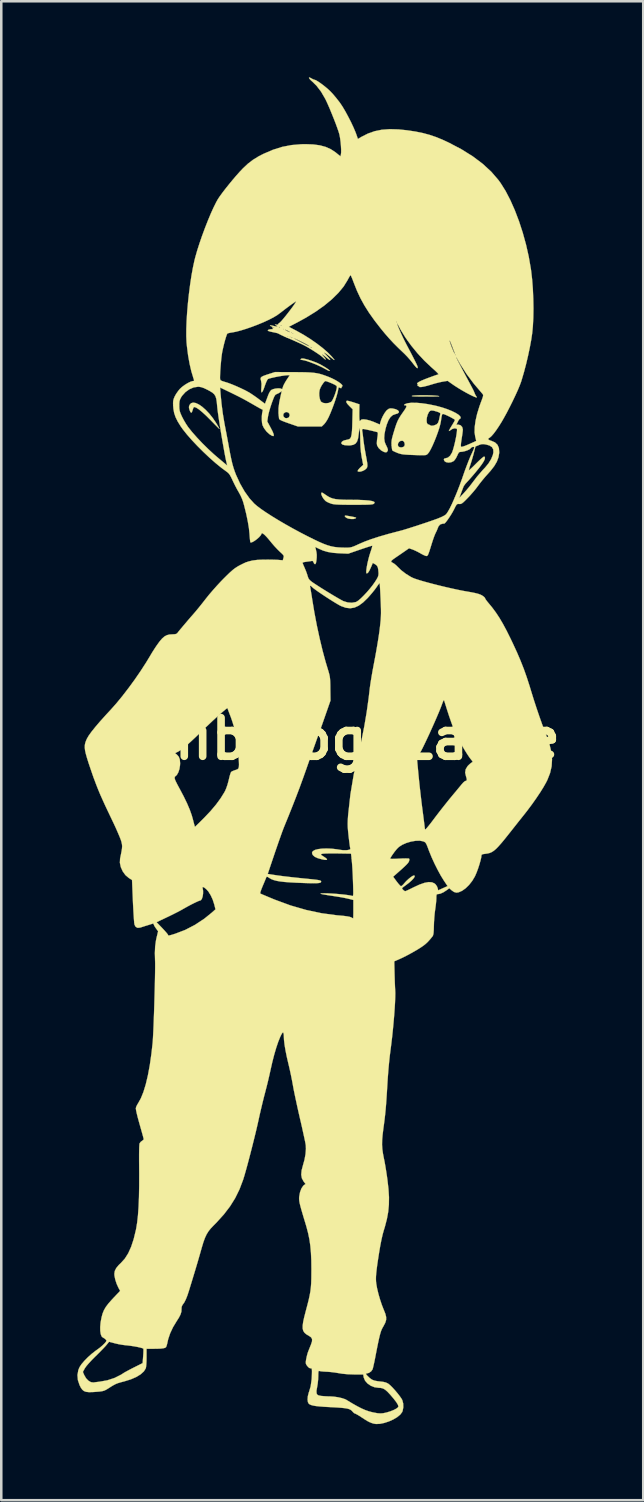
<source format=kicad_pcb>
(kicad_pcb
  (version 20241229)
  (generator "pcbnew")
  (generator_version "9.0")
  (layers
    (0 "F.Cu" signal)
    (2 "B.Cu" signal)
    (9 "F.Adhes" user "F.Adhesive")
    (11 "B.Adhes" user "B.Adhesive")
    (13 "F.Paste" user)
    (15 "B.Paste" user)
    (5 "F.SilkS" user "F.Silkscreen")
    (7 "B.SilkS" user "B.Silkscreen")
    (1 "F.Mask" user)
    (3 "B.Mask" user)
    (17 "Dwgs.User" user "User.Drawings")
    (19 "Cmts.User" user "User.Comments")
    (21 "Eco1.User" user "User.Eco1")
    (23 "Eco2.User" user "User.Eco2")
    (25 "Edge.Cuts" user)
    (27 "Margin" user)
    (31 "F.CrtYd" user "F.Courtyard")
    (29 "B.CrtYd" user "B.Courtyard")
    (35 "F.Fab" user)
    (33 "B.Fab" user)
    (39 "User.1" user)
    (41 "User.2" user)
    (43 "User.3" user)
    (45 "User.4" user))
  (footprint "ChibiLogoLarge"
    (layer "F.Cu")
    (at 10.35 26.089)
    (property "Reference" "ChibiLogoLarge" (at 0 0 0) (layer "F.SilkS") (effects (font (size 1.524 1.524) (thickness 0.3))))
    (attr through_hole)
    (fp_poly (pts (xy 0.266 -8.8) (xy 0.347 -8.787) (xy 0.443 -8.77) (xy 0.535 -8.752) (xy 0.602 -8.737) (xy 0.62 -8.732) (xy 0.647 -8.716) (xy 0.624 -8.694) (xy 0.62 -8.691) (xy 0.549 -8.67) (xy 0.45 -8.668) (xy 0.347 -8.683) (xy 0.275 -8.709) (xy 0.221 -8.748) (xy 0.197 -8.784) (xy 0.21 -8.804) (xy 0.221 -8.805) (xy 0.266 -8.8)) (stroke (width 0.01) (type solid)) (fill yes) (layer "F.SilkS"))
    (fp_poly (pts (xy 3.456 -13.549) (xy 3.614 -13.544) (xy 3.756 -13.536) (xy 3.869 -13.525) (xy 3.881 -13.523) (xy 3.921 -13.516) (xy 3.918 -13.509) (xy 3.869 -13.505) (xy 3.771 -13.501) (xy 3.622 -13.499) (xy 3.418 -13.498) (xy 3.415 -13.498) (xy 3.2 -13.499) (xy 3.039 -13.501) (xy 2.927 -13.505) (xy 2.862 -13.511) (xy 2.841 -13.519) (xy 2.85 -13.526) (xy 2.907 -13.537) (xy 3.008 -13.544) (xy 3.141 -13.549) (xy 3.295 -13.55) (xy 3.456 -13.549)) (stroke (width 0.01) (type solid)) (fill yes) (layer "F.SilkS"))
    (fp_poly (pts (xy -1.443 -14.999) (xy -1.346 -14.979) (xy -1.219 -14.944) (xy -1.075 -14.896) (xy -0.925 -14.839) (xy -0.891 -14.825) (xy -0.807 -14.785) (xy -0.708 -14.732) (xy -0.605 -14.672) (xy -0.512 -14.613) (xy -0.439 -14.562) (xy -0.399 -14.527) (xy -0.395 -14.519) (xy -0.406 -14.508) (xy -0.442 -14.519) (xy -0.512 -14.554) (xy -0.605 -14.605) (xy -0.72 -14.665) (xy -0.858 -14.729) (xy -1.008 -14.792) (xy -1.156 -14.849) (xy -1.29 -14.896) (xy -1.397 -14.927) (xy -1.46 -14.938) (xy -1.529 -14.948) (xy -1.55 -14.967) (xy -1.52 -14.991) (xy -1.5 -14.999) (xy -1.443 -14.999)) (stroke (width 0.01) (type solid)) (fill yes) (layer "F.SilkS"))
    (fp_poly (pts (xy -5.678 -13.243) (xy -5.558 -13.187) (xy -5.426 -13.096) (xy -5.287 -12.973) (xy -5.144 -12.822) (xy -5.003 -12.645) (xy -4.869 -12.445) (xy -4.814 -12.354) (xy -4.773 -12.281) (xy -4.749 -12.232) (xy -4.746 -12.22) (xy -4.768 -12.24) (xy -4.822 -12.293) (xy -4.903 -12.374) (xy -5.004 -12.477) (xy -5.108 -12.583) (xy -5.275 -12.749) (xy -5.423 -12.884) (xy -5.549 -12.988) (xy -5.65 -13.055) (xy -5.722 -13.085) (xy -5.757 -13.078) (xy -5.78 -13.035) (xy -5.804 -12.964) (xy -5.806 -12.954) (xy -5.833 -12.88) (xy -5.862 -12.861) (xy -5.895 -12.899) (xy -5.924 -12.97) (xy -5.947 -13.051) (xy -5.945 -13.111) (xy -5.924 -13.167) (xy -5.865 -13.236) (xy -5.782 -13.26) (xy -5.678 -13.243)) (stroke (width 0.01) (type solid)) (fill yes) (layer "F.SilkS"))
    (fp_poly (pts (xy -0.656 -9.689) (xy -0.58 -9.638) (xy -0.557 -9.621) (xy -0.463 -9.56) (xy -0.372 -9.512) (xy -0.275 -9.477) (xy -0.161 -9.453) (xy -0.021 -9.438) (xy 0.153 -9.429) (xy 0.373 -9.426) (xy 0.437 -9.426) (xy 0.731 -9.423) (xy 0.968 -9.413) (xy 1.151 -9.398) (xy 1.28 -9.376) (xy 1.355 -9.348) (xy 1.377 -9.314) (xy 1.348 -9.273) (xy 1.342 -9.269) (xy 1.315 -9.256) (xy 1.269 -9.247) (xy 1.197 -9.239) (xy 1.092 -9.234) (xy 0.95 -9.231) (xy 0.763 -9.23) (xy 0.538 -9.23) (xy 0.305 -9.23) (xy 0.121 -9.232) (xy -0.022 -9.236) (xy -0.131 -9.241) (xy -0.214 -9.249) (xy -0.28 -9.259) (xy -0.334 -9.273) (xy -0.36 -9.282) (xy -0.455 -9.32) (xy -0.535 -9.363) (xy -0.565 -9.385) (xy -0.635 -9.463) (xy -0.692 -9.553) (xy -0.725 -9.636) (xy -0.729 -9.68) (xy -0.72 -9.707) (xy -0.699 -9.711) (xy -0.656 -9.689)) (stroke (width 0.01) (type solid)) (fill yes) (layer "F.SilkS"))
    (fp_poly (pts (xy 0.314 -13.331) (xy 0.389 -13.314) (xy 0.491 -13.285) (xy 0.539 -13.27) (xy 0.776 -13.192) (xy 0.77 -12.862) (xy 0.77 -12.732) (xy 0.773 -12.627) (xy 0.78 -12.556) (xy 0.789 -12.531) (xy 0.819 -12.553) (xy 0.826 -12.566) (xy 0.863 -12.594) (xy 0.941 -12.601) (xy 1.051 -12.588) (xy 1.181 -12.555) (xy 1.321 -12.506) (xy 1.348 -12.495) (xy 1.581 -12.395) (xy 1.599 -12.47) (xy 1.639 -12.593) (xy 1.698 -12.724) (xy 1.768 -12.846) (xy 1.837 -12.939) (xy 1.864 -12.965) (xy 1.933 -13.015) (xy 1.995 -13.033) (xy 2.08 -13.028) (xy 2.085 -13.027) (xy 2.205 -13) (xy 2.288 -12.96) (xy 2.331 -12.915) (xy 2.33 -12.869) (xy 2.282 -12.83) (xy 2.201 -12.807) (xy 2.094 -12.768) (xy 2.002 -12.69) (xy 1.923 -12.567) (xy 1.854 -12.396) (xy 1.805 -12.226) (xy 1.764 -12.02) (xy 1.753 -11.851) (xy 1.773 -11.71) (xy 1.808 -11.619) (xy 1.861 -11.51) (xy 1.89 -11.438) (xy 1.899 -11.391) (xy 1.889 -11.356) (xy 1.876 -11.334) (xy 1.842 -11.302) (xy 1.797 -11.3) (xy 1.742 -11.315) (xy 1.632 -11.375) (xy 1.534 -11.468) (xy 1.473 -11.571) (xy 1.462 -11.652) (xy 1.47 -11.781) (xy 1.482 -11.863) (xy 1.498 -11.984) (xy 1.501 -12.057) (xy 1.491 -12.09) (xy 1.485 -12.094) (xy 1.413 -12.114) (xy 1.312 -12.139) (xy 1.198 -12.166) (xy 1.086 -12.191) (xy 0.992 -12.21) (xy 0.933 -12.22) (xy 0.924 -12.22) (xy 0.887 -12.21) (xy 0.882 -12.168) (xy 0.887 -12.143) (xy 0.897 -12.08) (xy 0.91 -11.979) (xy 0.925 -11.858) (xy 0.93 -11.811) (xy 0.946 -11.685) (xy 0.97 -11.523) (xy 1 -11.346) (xy 1.031 -11.173) (xy 1.035 -11.154) (xy 1.066 -10.986) (xy 1.086 -10.863) (xy 1.091 -10.777) (xy 1.083 -10.716) (xy 1.06 -10.672) (xy 1.021 -10.634) (xy 0.986 -10.607) (xy 0.913 -10.568) (xy 0.832 -10.542) (xy 0.761 -10.534) (xy 0.715 -10.545) (xy 0.706 -10.563) (xy 0.725 -10.605) (xy 0.776 -10.665) (xy 0.815 -10.704) (xy 0.925 -10.803) (xy 0.868 -11.095) (xy 0.836 -11.3) (xy 0.817 -11.526) (xy 0.808 -11.79) (xy 0.808 -11.818) (xy 0.806 -11.967) (xy 0.801 -12.093) (xy 0.796 -12.188) (xy 0.79 -12.24) (xy 0.786 -12.248) (xy 0.776 -12.223) (xy 0.763 -12.154) (xy 0.751 -12.056) (xy 0.748 -12.03) (xy 0.724 -11.855) (xy 0.684 -11.728) (xy 0.623 -11.644) (xy 0.534 -11.595) (xy 0.412 -11.573) (xy 0.338 -11.571) (xy 0.199 -11.58) (xy 0.107 -11.605) (xy 0.063 -11.646) (xy 0.072 -11.7) (xy 0.073 -11.702) (xy 0.122 -11.745) (xy 0.186 -11.772) (xy 0.275 -11.792) (xy 0.343 -11.808) (xy 0.388 -11.826) (xy 0.424 -11.863) (xy 0.45 -11.925) (xy 0.469 -12.018) (xy 0.483 -12.149) (xy 0.492 -12.325) (xy 0.497 -12.503) (xy 0.509 -12.998) (xy 0.381 -13.123) (xy 0.298 -13.213) (xy 0.259 -13.276) (xy 0.262 -13.318) (xy 0.278 -13.332) (xy 0.314 -13.331)) (stroke (width 0.01) (type solid)) (fill yes) (layer "F.SilkS"))
    (fp_poly (pts (xy -1.139 -26.059) (xy -1.122 -26.049) (xy -1.053 -26.012) (xy -1 -25.993) (xy -0.994 -25.993) (xy -0.942 -25.975) (xy -0.86 -25.927) (xy -0.755 -25.856) (xy -0.64 -25.77) (xy -0.524 -25.676) (xy -0.418 -25.582) (xy -0.355 -25.521) (xy -0.254 -25.411) (xy -0.14 -25.275) (xy -0.031 -25.137) (xy 0.015 -25.075) (xy 0.112 -24.93) (xy 0.22 -24.747) (xy 0.332 -24.54) (xy 0.442 -24.326) (xy 0.539 -24.119) (xy 0.618 -23.934) (xy 0.652 -23.845) (xy 0.716 -23.658) (xy 0.859 -23.743) (xy 1.112 -23.871) (xy 1.376 -23.964) (xy 1.66 -24.022) (xy 1.971 -24.045) (xy 2.316 -24.035) (xy 2.642 -24.002) (xy 2.978 -23.952) (xy 3.275 -23.892) (xy 3.549 -23.818) (xy 3.818 -23.726) (xy 4.097 -23.609) (xy 4.304 -23.512) (xy 4.802 -23.25) (xy 5.247 -22.972) (xy 5.637 -22.678) (xy 5.974 -22.368) (xy 6.256 -22.041) (xy 6.347 -21.916) (xy 6.542 -21.604) (xy 6.729 -21.244) (xy 6.906 -20.844) (xy 7.07 -20.413) (xy 7.218 -19.959) (xy 7.347 -19.491) (xy 7.454 -19.017) (xy 7.536 -18.544) (xy 7.547 -18.471) (xy 7.587 -18.123) (xy 7.616 -17.748) (xy 7.633 -17.361) (xy 7.64 -16.974) (xy 7.634 -16.603) (xy 7.616 -16.26) (xy 7.591 -16.002) (xy 7.552 -15.737) (xy 7.496 -15.436) (xy 7.428 -15.114) (xy 7.351 -14.786) (xy 7.268 -14.47) (xy 7.183 -14.18) (xy 7.149 -14.071) (xy 7.095 -13.927) (xy 7.019 -13.746) (xy 6.924 -13.538) (xy 6.817 -13.313) (xy 6.702 -13.083) (xy 6.585 -12.857) (xy 6.47 -12.648) (xy 6.386 -12.502) (xy 6.276 -12.326) (xy 6.169 -12.168) (xy 6.071 -12.037) (xy 5.986 -11.939) (xy 5.921 -11.882) (xy 5.907 -11.874) (xy 5.857 -11.84) (xy 5.861 -11.806) (xy 5.921 -11.772) (xy 5.98 -11.752) (xy 6.124 -11.689) (xy 6.222 -11.595) (xy 6.277 -11.467) (xy 6.29 -11.303) (xy 6.289 -11.277) (xy 6.26 -11.103) (xy 6.196 -10.931) (xy 6.092 -10.754) (xy 5.943 -10.563) (xy 5.857 -10.467) (xy 5.743 -10.34) (xy 5.626 -10.2) (xy 5.521 -10.068) (xy 5.455 -9.98) (xy 5.369 -9.865) (xy 5.258 -9.731) (xy 5.138 -9.595) (xy 5.053 -9.505) (xy 4.949 -9.399) (xy 4.874 -9.328) (xy 4.82 -9.286) (xy 4.777 -9.265) (xy 4.736 -9.26) (xy 4.712 -9.262) (xy 4.664 -9.264) (xy 4.629 -9.253) (xy 4.597 -9.219) (xy 4.559 -9.153) (xy 4.513 -9.059) (xy 4.459 -8.957) (xy 4.392 -8.844) (xy 4.319 -8.731) (xy 4.249 -8.629) (xy 4.187 -8.548) (xy 4.142 -8.5) (xy 4.128 -8.491) (xy 4.085 -8.486) (xy 4.043 -8.481) (xy 3.958 -8.452) (xy 3.896 -8.38) (xy 3.864 -8.304) (xy 3.826 -8.208) (xy 3.781 -8.117) (xy 3.781 -8.116) (xy 3.753 -8.055) (xy 3.714 -7.955) (xy 3.67 -7.828) (xy 3.626 -7.691) (xy 3.574 -7.522) (xy 3.535 -7.399) (xy 3.505 -7.315) (xy 3.483 -7.261) (xy 3.463 -7.23) (xy 3.444 -7.214) (xy 3.431 -7.208) (xy 3.389 -7.214) (xy 3.314 -7.245) (xy 3.22 -7.293) (xy 3.197 -7.307) (xy 3.083 -7.37) (xy 2.966 -7.427) (xy 2.871 -7.467) (xy 2.868 -7.468) (xy 2.732 -7.514) (xy 2.559 -7.393) (xy 2.443 -7.313) (xy 2.319 -7.228) (xy 2.229 -7.167) (xy 2.118 -7.09) (xy 2.053 -7.036) (xy 2.027 -6.998) (xy 2.039 -6.97) (xy 2.083 -6.945) (xy 2.089 -6.942) (xy 2.157 -6.9) (xy 2.237 -6.832) (xy 2.28 -6.788) (xy 2.425 -6.647) (xy 2.606 -6.508) (xy 2.802 -6.387) (xy 2.865 -6.355) (xy 2.954 -6.318) (xy 3.09 -6.273) (xy 3.265 -6.22) (xy 3.47 -6.163) (xy 3.697 -6.103) (xy 3.937 -6.042) (xy 4.183 -5.983) (xy 4.425 -5.928) (xy 4.655 -5.878) (xy 4.866 -5.836) (xy 4.991 -5.814) (xy 5.19 -5.779) (xy 5.343 -5.748) (xy 5.457 -5.719) (xy 5.542 -5.689) (xy 5.605 -5.659) (xy 5.676 -5.61) (xy 5.721 -5.567) (xy 5.729 -5.549) (xy 5.747 -5.511) (xy 5.793 -5.445) (xy 5.858 -5.365) (xy 5.863 -5.359) (xy 6.014 -5.176) (xy 6.157 -4.983) (xy 6.297 -4.771) (xy 6.437 -4.533) (xy 6.583 -4.261) (xy 6.739 -3.947) (xy 6.834 -3.748) (xy 6.995 -3.398) (xy 7.133 -3.075) (xy 7.257 -2.761) (xy 7.372 -2.437) (xy 7.486 -2.085) (xy 7.548 -1.881) (xy 7.65 -1.551) (xy 7.761 -1.21) (xy 7.876 -0.872) (xy 7.99 -0.551) (xy 8.097 -0.262) (xy 8.154 -0.116) (xy 8.272 0.217) (xy 8.345 0.523) (xy 8.373 0.809) (xy 8.357 1.083) (xy 8.295 1.352) (xy 8.189 1.622) (xy 8.135 1.729) (xy 8.033 1.909) (xy 7.901 2.12) (xy 7.746 2.351) (xy 7.577 2.59) (xy 7.4 2.827) (xy 7.281 2.979) (xy 7.183 3.102) (xy 7.061 3.255) (xy 6.927 3.425) (xy 6.792 3.596) (xy 6.693 3.721) (xy 6.525 3.932) (xy 6.385 4.102) (xy 6.267 4.236) (xy 6.167 4.339) (xy 6.079 4.414) (xy 5.997 4.467) (xy 5.916 4.502) (xy 5.831 4.523) (xy 5.74 4.536) (xy 5.65 4.549) (xy 5.604 4.567) (xy 5.589 4.596) (xy 5.588 4.607) (xy 5.578 4.691) (xy 5.549 4.812) (xy 5.508 4.956) (xy 5.458 5.11) (xy 5.404 5.258) (xy 5.349 5.386) (xy 5.331 5.426) (xy 5.225 5.604) (xy 5.1 5.763) (xy 4.964 5.896) (xy 4.825 5.995) (xy 4.691 6.054) (xy 4.602 6.068) (xy 4.508 6.042) (xy 4.419 5.981) (xy 4.32 5.894) (xy 4.227 5.964) (xy 4.089 6.054) (xy 3.965 6.109) (xy 3.882 6.124) (xy 3.841 6.128) (xy 3.82 6.148) (xy 3.811 6.198) (xy 3.81 6.287) (xy 3.805 6.388) (xy 3.792 6.522) (xy 3.774 6.667) (xy 3.764 6.731) (xy 3.745 6.879) (xy 3.729 7.058) (xy 3.717 7.243) (xy 3.713 7.371) (xy 3.708 7.542) (xy 3.699 7.663) (xy 3.684 7.741) (xy 3.667 7.781) (xy 3.556 7.918) (xy 3.461 8.022) (xy 3.367 8.107) (xy 3.261 8.186) (xy 3.202 8.226) (xy 3.031 8.333) (xy 2.831 8.447) (xy 2.623 8.559) (xy 2.426 8.656) (xy 2.295 8.715) (xy 2.15 8.777) (xy 2.162 9.278) (xy 2.167 9.451) (xy 2.172 9.613) (xy 2.178 9.753) (xy 2.183 9.857) (xy 2.186 9.906) (xy 2.191 10.026) (xy 2.188 10.194) (xy 2.18 10.401) (xy 2.166 10.641) (xy 2.147 10.904) (xy 2.123 11.183) (xy 2.096 11.471) (xy 2.066 11.758) (xy 2.033 12.036) (xy 2.004 12.263) (xy 1.974 12.497) (xy 1.945 12.77) (xy 1.918 13.064) (xy 1.895 13.363) (xy 1.878 13.631) (xy 1.86 13.935) (xy 1.843 14.194) (xy 1.827 14.419) (xy 1.81 14.622) (xy 1.791 14.813) (xy 1.769 15.005) (xy 1.743 15.208) (xy 1.72 15.374) (xy 1.69 15.622) (xy 1.672 15.83) (xy 1.669 16.013) (xy 1.68 16.186) (xy 1.705 16.363) (xy 1.737 16.529) (xy 1.766 16.671) (xy 1.798 16.851) (xy 1.831 17.053) (xy 1.862 17.259) (xy 1.881 17.399) (xy 1.922 17.759) (xy 1.942 18.081) (xy 1.938 18.376) (xy 1.911 18.659) (xy 1.859 18.942) (xy 1.782 19.239) (xy 1.736 19.389) (xy 1.691 19.551) (xy 1.644 19.758) (xy 1.597 19.997) (xy 1.553 20.257) (xy 1.552 20.264) (xy 1.51 20.534) (xy 1.477 20.757) (xy 1.454 20.939) (xy 1.438 21.087) (xy 1.429 21.209) (xy 1.427 21.312) (xy 1.431 21.404) (xy 1.44 21.49) (xy 1.472 21.672) (xy 1.523 21.886) (xy 1.588 22.111) (xy 1.66 22.328) (xy 1.734 22.515) (xy 1.798 22.676) (xy 1.83 22.805) (xy 1.829 22.919) (xy 1.795 23.032) (xy 1.728 23.16) (xy 1.723 23.169) (xy 1.689 23.227) (xy 1.659 23.286) (xy 1.632 23.352) (xy 1.606 23.431) (xy 1.579 23.53) (xy 1.549 23.655) (xy 1.515 23.812) (xy 1.475 24.008) (xy 1.428 24.249) (xy 1.394 24.426) (xy 1.365 24.571) (xy 1.336 24.701) (xy 1.312 24.805) (xy 1.294 24.868) (xy 1.292 24.872) (xy 1.238 24.948) (xy 1.152 25.008) (xy 1.059 25.033) (xy 1.054 25.033) (xy 1.031 25.041) (xy 1.043 25.069) (xy 1.088 25.12) (xy 1.187 25.216) (xy 1.276 25.278) (xy 1.376 25.316) (xy 1.504 25.339) (xy 1.572 25.346) (xy 1.714 25.363) (xy 1.817 25.388) (xy 1.897 25.425) (xy 1.915 25.436) (xy 1.988 25.496) (xy 2.081 25.588) (xy 2.183 25.7) (xy 2.284 25.82) (xy 2.373 25.935) (xy 2.44 26.033) (xy 2.469 26.087) (xy 2.503 26.221) (xy 2.506 26.37) (xy 2.48 26.508) (xy 2.461 26.555) (xy 2.384 26.657) (xy 2.263 26.756) (xy 2.111 26.846) (xy 1.939 26.923) (xy 1.76 26.982) (xy 1.586 27.018) (xy 1.431 27.025) (xy 1.341 27.011) (xy 1.254 26.984) (xy 1.174 26.951) (xy 1.087 26.906) (xy 0.979 26.839) (xy 0.876 26.772) (xy 0.773 26.705) (xy 0.684 26.652) (xy 0.623 26.62) (xy 0.603 26.614) (xy 0.562 26.593) (xy 0.517 26.549) (xy 0.477 26.503) (xy 0.432 26.468) (xy 0.375 26.439) (xy 0.299 26.417) (xy 0.196 26.4) (xy 0.06 26.386) (xy -0.118 26.373) (xy -0.343 26.361) (xy -0.379 26.359) (xy -0.618 26.346) (xy -0.806 26.331) (xy -0.952 26.315) (xy -1.062 26.295) (xy -1.141 26.272) (xy -1.198 26.243) (xy -1.221 26.226) (xy -1.256 26.16) (xy -1.269 26.058) (xy -1.26 25.935) (xy -1.228 25.806) (xy -1.225 25.798) (xy -0.918 25.798) (xy -0.895 25.859) (xy -0.841 25.895) (xy -0.752 25.915) (xy -0.729 25.918) (xy -0.614 25.928) (xy -0.479 25.935) (xy -0.395 25.936) (xy -0.235 25.946) (xy -0.069 25.97) (xy 0.086 26.005) (xy 0.212 26.047) (xy 0.264 26.074) (xy 0.494 26.213) (xy 0.688 26.323) (xy 0.855 26.409) (xy 1.003 26.474) (xy 1.142 26.523) (xy 1.281 26.56) (xy 1.341 26.573) (xy 1.488 26.6) (xy 1.604 26.608) (xy 1.712 26.6) (xy 1.836 26.574) (xy 1.85 26.57) (xy 1.993 26.527) (xy 2.121 26.476) (xy 2.224 26.423) (xy 2.292 26.373) (xy 2.314 26.333) (xy 2.293 26.264) (xy 2.229 26.16) (xy 2.123 26.022) (xy 1.994 25.871) (xy 1.883 25.752) (xy 1.792 25.673) (xy 1.709 25.625) (xy 1.621 25.602) (xy 1.532 25.597) (xy 1.373 25.575) (xy 1.224 25.516) (xy 1.095 25.427) (xy 0.999 25.317) (xy 0.946 25.193) (xy 0.943 25.177) (xy 0.926 25.072) (xy 0.569 25.071) (xy 0.323 25.063) (xy 0.096 25.042) (xy -0.042 25.019) (xy -0.192 24.995) (xy -0.356 24.975) (xy -0.502 24.963) (xy -0.522 24.963) (xy -0.635 24.957) (xy -0.731 24.948) (xy -0.791 24.937) (xy -0.797 24.935) (xy -0.822 24.93) (xy -0.837 24.947) (xy -0.844 24.997) (xy -0.847 25.089) (xy -0.847 25.13) (xy -0.853 25.275) (xy -0.87 25.436) (xy -0.891 25.562) (xy -0.916 25.702) (xy -0.918 25.798) (xy -1.225 25.798) (xy -1.216 25.772) (xy -1.147 25.539) (xy -1.108 25.261) (xy -1.098 25.061) (xy -1.096 24.945) (xy -1.099 24.875) (xy -1.109 24.839) (xy -1.128 24.828) (xy -1.149 24.83) (xy -1.21 24.811) (xy -1.279 24.741) (xy -1.319 24.684) (xy -1.338 24.635) (xy -1.339 24.573) (xy -1.326 24.478) (xy -1.324 24.47) (xy -1.299 24.349) (xy -1.266 24.226) (xy -1.243 24.163) (xy -1.201 24.056) (xy -1.152 23.934) (xy -1.131 23.882) (xy -1.093 23.762) (xy -1.092 23.674) (xy -1.132 23.606) (xy -1.217 23.546) (xy -1.231 23.539) (xy -1.324 23.483) (xy -1.393 23.422) (xy -1.439 23.35) (xy -1.462 23.26) (xy -1.462 23.144) (xy -1.442 22.996) (xy -1.401 22.809) (xy -1.342 22.579) (xy -1.277 22.333) (xy -1.225 22.129) (xy -1.187 21.953) (xy -1.158 21.794) (xy -1.139 21.638) (xy -1.127 21.474) (xy -1.121 21.287) (xy -1.119 21.067) (xy -1.118 20.913) (xy -1.122 20.568) (xy -1.136 20.268) (xy -1.16 19.998) (xy -1.196 19.746) (xy -1.247 19.5) (xy -1.313 19.247) (xy -1.346 19.135) (xy -1.421 18.888) (xy -1.48 18.688) (xy -1.526 18.529) (xy -1.559 18.404) (xy -1.582 18.307) (xy -1.596 18.23) (xy -1.602 18.167) (xy -1.603 18.112) (xy -1.599 18.058) (xy -1.599 18.058) (xy -1.567 17.884) (xy -1.514 17.739) (xy -1.445 17.635) (xy -1.42 17.611) (xy -1.35 17.557) (xy -1.428 17.455) (xy -1.494 17.333) (xy -1.519 17.191) (xy -1.504 17.022) (xy -1.455 16.835) (xy -1.391 16.606) (xy -1.35 16.38) (xy -1.334 16.172) (xy -1.34 16.031) (xy -1.351 15.965) (xy -1.373 15.852) (xy -1.405 15.701) (xy -1.445 15.519) (xy -1.49 15.314) (xy -1.54 15.095) (xy -1.566 14.986) (xy -1.621 14.745) (xy -1.676 14.5) (xy -1.727 14.262) (xy -1.774 14.041) (xy -1.813 13.851) (xy -1.841 13.7) (xy -1.846 13.67) (xy -1.882 13.475) (xy -1.926 13.255) (xy -1.973 13.038) (xy -2.017 12.848) (xy -2.019 12.842) (xy -2.086 12.554) (xy -2.139 12.292) (xy -2.177 12.063) (xy -2.199 11.875) (xy -2.203 11.783) (xy -2.209 11.661) (xy -2.222 11.594) (xy -2.245 11.582) (xy -2.281 11.624) (xy -2.331 11.721) (xy -2.349 11.76) (xy -2.425 11.947) (xy -2.504 12.181) (xy -2.584 12.453) (xy -2.661 12.753) (xy -2.733 13.072) (xy -2.738 13.095) (xy -2.778 13.275) (xy -2.827 13.486) (xy -2.881 13.706) (xy -2.934 13.912) (xy -2.949 13.97) (xy -2.997 14.153) (xy -3.051 14.372) (xy -3.107 14.608) (xy -3.161 14.84) (xy -3.2 15.019) (xy -3.247 15.23) (xy -3.303 15.471) (xy -3.367 15.734) (xy -3.435 16.007) (xy -3.505 16.283) (xy -3.575 16.552) (xy -3.642 16.805) (xy -3.705 17.033) (xy -3.76 17.226) (xy -3.806 17.375) (xy -3.814 17.399) (xy -3.954 17.769) (xy -4.123 18.113) (xy -4.327 18.44) (xy -4.571 18.759) (xy -4.862 19.08) (xy -4.973 19.192) (xy -5.084 19.308) (xy -5.174 19.42) (xy -5.249 19.54) (xy -5.314 19.679) (xy -5.376 19.847) (xy -5.439 20.056) (xy -5.462 20.137) (xy -5.529 20.373) (xy -5.612 20.659) (xy -5.71 20.988) (xy -5.822 21.357) (xy -5.945 21.759) (xy -6.01 21.958) (xy -6.071 22.111) (xy -6.131 22.229) (xy -6.196 22.321) (xy -6.205 22.332) (xy -6.236 22.405) (xy -6.241 22.491) (xy -6.246 22.593) (xy -6.279 22.702) (xy -6.344 22.831) (xy -6.435 22.973) (xy -6.575 23.205) (xy -6.687 23.443) (xy -6.765 23.672) (xy -6.785 23.76) (xy -6.808 23.864) (xy -6.832 23.948) (xy -6.852 23.994) (xy -6.854 23.996) (xy -6.894 24.022) (xy -6.961 24.039) (xy -7.063 24.051) (xy -7.208 24.057) (xy -7.331 24.058) (xy -7.62 24.059) (xy -7.62 24.403) (xy -7.622 24.545) (xy -7.629 24.672) (xy -7.639 24.772) (xy -7.65 24.827) (xy -7.724 24.948) (xy -7.85 25.063) (xy -8.022 25.169) (xy -8.236 25.262) (xy -8.486 25.34) (xy -8.489 25.341) (xy -8.634 25.379) (xy -8.741 25.411) (xy -8.828 25.444) (xy -8.911 25.486) (xy -9.008 25.544) (xy -9.113 25.611) (xy -9.209 25.67) (xy -9.287 25.708) (xy -9.368 25.73) (xy -9.472 25.745) (xy -9.553 25.752) (xy -9.748 25.766) (xy -9.896 25.768) (xy -10.007 25.756) (xy -10.09 25.724) (xy -10.154 25.671) (xy -10.21 25.593) (xy -10.262 25.491) (xy -10.328 25.294) (xy -10.345 25.093) (xy -10.323 24.971) (xy -10.132 24.971) (xy -10.079 25.094) (xy -10.006 25.22) (xy -9.914 25.316) (xy -9.813 25.375) (xy -9.714 25.387) (xy -9.708 25.387) (xy -9.642 25.377) (xy -9.544 25.365) (xy -9.469 25.356) (xy -9.167 25.302) (xy -8.88 25.208) (xy -8.623 25.079) (xy -8.539 25.024) (xy -8.483 24.989) (xy -8.388 24.937) (xy -8.268 24.873) (xy -8.135 24.804) (xy -8.116 24.795) (xy -7.775 24.624) (xy -7.754 24.356) (xy -7.746 24.236) (xy -7.742 24.137) (xy -7.743 24.072) (xy -7.745 24.056) (xy -7.777 24.037) (xy -7.854 24.014) (xy -7.966 23.988) (xy -8.1 23.963) (xy -8.247 23.941) (xy -8.394 23.923) (xy -8.453 23.918) (xy -8.583 23.901) (xy -8.734 23.874) (xy -8.874 23.842) (xy -8.874 23.841) (xy -9.098 23.782) (xy -9.199 23.906) (xy -9.254 23.969) (xy -9.34 24.06) (xy -9.448 24.171) (xy -9.568 24.291) (xy -9.64 24.361) (xy -9.776 24.498) (xy -9.895 24.626) (xy -9.988 24.735) (xy -10.048 24.818) (xy -10.056 24.831) (xy -10.132 24.971) (xy -10.323 24.971) (xy -10.311 24.898) (xy -10.264 24.785) (xy -10.188 24.669) (xy -10.075 24.536) (xy -9.936 24.394) (xy -9.782 24.256) (xy -9.623 24.132) (xy -9.58 24.102) (xy -9.468 24.02) (xy -9.365 23.933) (xy -9.28 23.851) (xy -9.222 23.783) (xy -9.2 23.738) (xy -9.222 23.701) (xy -9.273 23.655) (xy -9.332 23.62) (xy -9.343 23.615) (xy -9.392 23.57) (xy -9.427 23.479) (xy -9.446 23.352) (xy -9.448 23.198) (xy -9.433 23.028) (xy -9.427 22.99) (xy -9.393 22.813) (xy -9.353 22.664) (xy -9.298 22.532) (xy -9.224 22.405) (xy -9.123 22.272) (xy -8.989 22.12) (xy -8.903 22.028) (xy -8.662 21.775) (xy -8.731 21.647) (xy -8.8 21.495) (xy -8.853 21.331) (xy -8.885 21.177) (xy -8.89 21.101) (xy -8.873 20.99) (xy -8.817 20.877) (xy -8.718 20.757) (xy -8.624 20.666) (xy -8.476 20.502) (xy -8.344 20.293) (xy -8.228 20.037) (xy -8.127 19.731) (xy -8.04 19.373) (xy -8.03 19.323) (xy -7.991 19.087) (xy -7.959 18.801) (xy -7.935 18.465) (xy -7.919 18.077) (xy -7.911 17.637) (xy -7.91 17.142) (xy -7.912 16.877) (xy -7.914 16.632) (xy -7.914 16.416) (xy -7.912 16.235) (xy -7.908 16.094) (xy -7.902 15.999) (xy -7.895 15.956) (xy -7.849 15.896) (xy -7.8 15.859) (xy -7.75 15.822) (xy -7.733 15.791) (xy -7.74 15.754) (xy -7.761 15.673) (xy -7.792 15.561) (xy -7.829 15.429) (xy -7.835 15.408) (xy -7.906 15.158) (xy -7.964 14.946) (xy -8.006 14.776) (xy -8.033 14.65) (xy -8.043 14.574) (xy -8.043 14.571) (xy -8.028 14.514) (xy -7.989 14.433) (xy -7.955 14.378) (xy -7.845 14.181) (xy -7.743 13.929) (xy -7.65 13.625) (xy -7.566 13.27) (xy -7.491 12.865) (xy -7.427 12.412) (xy -7.38 11.994) (xy -7.372 11.887) (xy -7.363 11.732) (xy -7.353 11.538) (xy -7.343 11.311) (xy -7.334 11.059) (xy -7.324 10.789) (xy -7.315 10.509) (xy -7.307 10.225) (xy -7.299 9.945) (xy -7.292 9.677) (xy -7.287 9.427) (xy -7.283 9.203) (xy -7.281 9.013) (xy -7.281 8.863) (xy -7.283 8.761) (xy -7.284 8.749) (xy -7.292 8.451) (xy -7.281 8.193) (xy -7.25 7.963) (xy -7.227 7.853) (xy -7.164 7.592) (xy -7.251 7.473) (xy -7.301 7.398) (xy -7.332 7.337) (xy -7.338 7.315) (xy -7.357 7.287) (xy -7.373 7.288) (xy -7.416 7.303) (xy -7.496 7.328) (xy -7.597 7.36) (xy -7.606 7.362) (xy -7.715 7.396) (xy -7.811 7.427) (xy -7.875 7.447) (xy -7.876 7.447) (xy -7.975 7.456) (xy -8.05 7.414) (xy -8.094 7.333) (xy -8.103 7.281) (xy -8.107 7.233) (xy -7.225 7.233) (xy -6.999 7.468) (xy -6.91 7.564) (xy -6.837 7.646) (xy -6.789 7.705) (xy -6.773 7.732) (xy -6.769 7.751) (xy -6.749 7.758) (xy -6.704 7.752) (xy -6.626 7.731) (xy -6.504 7.693) (xy -6.486 7.687) (xy -6.095 7.538) (xy -5.71 7.338) (xy -5.343 7.096) (xy -5.054 6.862) (xy -4.901 6.726) (xy -4.95 6.531) (xy -5.01 6.344) (xy -5.09 6.17) (xy -5.134 6.099) (xy -3.138 6.099) (xy -3.107 6.115) (xy -3.032 6.148) (xy -2.92 6.195) (xy -2.78 6.254) (xy -2.618 6.321) (xy -2.552 6.348) (xy -1.94 6.573) (xy -1.323 6.751) (xy -0.711 6.881) (xy -0.109 6.961) (xy -0.021 6.968) (xy 0.153 6.984) (xy 0.296 7.003) (xy 0.398 7.023) (xy 0.445 7.04) (xy 0.501 7.069) (xy 0.529 7.083) (xy 0.529 7.083) (xy 0.532 7.057) (xy 0.534 6.985) (xy 0.536 6.877) (xy 0.536 6.745) (xy 0.536 6.72) (xy 0.536 6.357) (xy 0.404 6.323) (xy 0.284 6.295) (xy 0.156 6.268) (xy 0.006 6.241) (xy -0.176 6.212) (xy -0.377 6.182) (xy -0.514 6.16) (xy -0.629 6.141) (xy -0.713 6.124) (xy -0.754 6.113) (xy -0.755 6.112) (xy -0.744 6.1) (xy -0.685 6.094) (xy -0.588 6.093) (xy -0.462 6.096) (xy -0.316 6.104) (xy -0.159 6.114) (xy 0.001 6.128) (xy 0.154 6.143) (xy 0.29 6.16) (xy 0.403 6.177) (xy 0.481 6.195) (xy 0.485 6.196) (xy 0.504 6.201) (xy 0.518 6.195) (xy 0.527 6.172) (xy 0.532 6.126) (xy 0.533 6.048) (xy 0.531 5.932) (xy 0.527 5.771) (xy 0.523 5.654) (xy 0.516 5.458) (xy 0.507 5.26) (xy 0.496 5.074) (xy 0.485 4.916) (xy 0.475 4.812) (xy 0.466 4.724) (xy 1.991 4.724) (xy 2.015 4.733) (xy 2.073 4.737) (xy 2.171 4.735) (xy 2.316 4.728) (xy 2.336 4.727) (xy 2.476 4.72) (xy 2.596 4.718) (xy 2.685 4.719) (xy 2.73 4.723) (xy 2.733 4.724) (xy 2.748 4.761) (xy 2.733 4.828) (xy 2.716 4.863) (xy 2.684 4.907) (xy 2.633 4.963) (xy 2.558 5.036) (xy 2.453 5.133) (xy 2.313 5.257) (xy 2.207 5.351) (xy 2.106 5.439) (xy 2.244 5.626) (xy 2.312 5.713) (xy 2.37 5.778) (xy 2.41 5.812) (xy 2.417 5.814) (xy 2.454 5.793) (xy 2.509 5.741) (xy 2.546 5.697) (xy 2.62 5.615) (xy 2.708 5.533) (xy 2.796 5.461) (xy 2.873 5.41) (xy 2.925 5.39) (xy 2.925 5.39) (xy 2.958 5.406) (xy 2.949 5.449) (xy 2.905 5.513) (xy 2.829 5.593) (xy 2.727 5.682) (xy 2.603 5.776) (xy 2.589 5.786) (xy 2.517 5.839) (xy 2.469 5.879) (xy 2.455 5.894) (xy 2.475 5.93) (xy 2.52 5.975) (xy 2.565 6.007) (xy 2.58 6.011) (xy 2.616 5.999) (xy 2.691 5.966) (xy 2.794 5.917) (xy 2.91 5.859) (xy 3.146 5.75) (xy 3.344 5.681) (xy 3.508 5.651) (xy 3.641 5.661) (xy 3.744 5.709) (xy 3.78 5.742) (xy 3.833 5.817) (xy 3.863 5.894) (xy 3.881 5.977) (xy 4.067 5.893) (xy 4.253 5.81) (xy 4.1 5.581) (xy 3.986 5.396) (xy 3.864 5.173) (xy 3.741 4.928) (xy 3.626 4.677) (xy 3.527 4.435) (xy 3.505 4.377) (xy 3.457 4.248) (xy 3.421 4.162) (xy 3.39 4.108) (xy 3.357 4.075) (xy 3.315 4.054) (xy 3.286 4.043) (xy 3.153 4.018) (xy 2.989 4.023) (xy 2.809 4.054) (xy 2.63 4.107) (xy 2.466 4.179) (xy 2.332 4.266) (xy 2.332 4.266) (xy 2.254 4.343) (xy 2.162 4.456) (xy 2.068 4.588) (xy 1.991 4.709) (xy 1.991 4.724) (xy 0.466 4.724) (xy 0.445 4.53) (xy -0.096 4.521) (xy -0.269 4.52) (xy -0.427 4.521) (xy -0.558 4.524) (xy -0.654 4.53) (xy -0.703 4.537) (xy -0.703 4.537) (xy -0.737 4.553) (xy -0.74 4.57) (xy -0.708 4.598) (xy -0.634 4.646) (xy -0.621 4.654) (xy -0.534 4.714) (xy -0.5 4.756) (xy -0.517 4.776) (xy -0.585 4.776) (xy -0.7 4.754) (xy -0.867 4.708) (xy -0.983 4.655) (xy -1.055 4.593) (xy -1.079 4.555) (xy -1.095 4.495) (xy -1.072 4.447) (xy -1.055 4.429) (xy -0.977 4.383) (xy -0.854 4.351) (xy -0.695 4.332) (xy -0.511 4.326) (xy -0.31 4.335) (xy -0.103 4.359) (xy 0.006 4.378) (xy 0.123 4.393) (xy 0.243 4.395) (xy 0.298 4.39) (xy 0.377 4.375) (xy 0.412 4.356) (xy 0.416 4.324) (xy 0.412 4.309) (xy 0.403 4.26) (xy 0.39 4.167) (xy 0.373 4.04) (xy 0.355 3.892) (xy 0.347 3.82) (xy 0.328 3.635) (xy 0.316 3.485) (xy 0.313 3.35) (xy 0.317 3.209) (xy 0.328 3.041) (xy 0.334 2.973) (xy 0.421 2.189) (xy 0.554 1.396) (xy 0.695 0.762) (xy 3.044 0.762) (xy 3.104 1.404) (xy 3.126 1.626) (xy 3.153 1.885) (xy 3.185 2.162) (xy 3.217 2.44) (xy 3.249 2.698) (xy 3.261 2.788) (xy 3.287 2.987) (xy 3.31 3.168) (xy 3.33 3.324) (xy 3.345 3.446) (xy 3.355 3.528) (xy 3.358 3.56) (xy 3.366 3.576) (xy 3.389 3.564) (xy 3.432 3.521) (xy 3.496 3.444) (xy 3.587 3.33) (xy 3.705 3.174) (xy 3.767 3.091) (xy 3.897 2.921) (xy 4.044 2.732) (xy 4.194 2.543) (xy 4.331 2.372) (xy 4.392 2.299) (xy 4.503 2.165) (xy 4.611 2.036) (xy 4.705 1.922) (xy 4.778 1.834) (xy 4.807 1.798) (xy 4.87 1.727) (xy 4.925 1.679) (xy 4.953 1.665) (xy 5 1.648) (xy 5.011 1.595) (xy 4.987 1.501) (xy 4.98 1.482) (xy 4.946 1.335) (xy 4.967 1.202) (xy 5.042 1.079) (xy 5.075 1.043) (xy 5.143 0.981) (xy 5.2 0.937) (xy 5.221 0.926) (xy 5.239 0.909) (xy 5.223 0.871) (xy 5.173 0.81) (xy 5.113 0.731) (xy 5.033 0.612) (xy 4.941 0.466) (xy 4.843 0.301) (xy 4.746 0.13) (xy 4.656 -0.036) (xy 4.584 -0.176) (xy 4.531 -0.297) (xy 4.466 -0.464) (xy 4.392 -0.669) (xy 4.311 -0.903) (xy 4.228 -1.159) (xy 4.144 -1.427) (xy 4.124 -1.494) (xy 4.111 -1.52) (xy 4.096 -1.514) (xy 4.073 -1.47) (xy 4.039 -1.38) (xy 4.024 -1.338) (xy 3.977 -1.215) (xy 3.911 -1.053) (xy 3.83 -0.863) (xy 3.739 -0.653) (xy 3.641 -0.434) (xy 3.542 -0.214) (xy 3.444 -0.004) (xy 3.354 0.186) (xy 3.275 0.348) (xy 3.211 0.472) (xy 3.188 0.512) (xy 3.044 0.762) (xy 0.695 0.762) (xy 0.735 0.584) (xy 0.747 0.536) (xy 0.862 0.041) (xy 0.968 -0.494) (xy 1.062 -1.051) (xy 1.141 -1.614) (xy 1.186 -2.004) (xy 1.201 -2.113) (xy 1.224 -2.266) (xy 1.255 -2.452) (xy 1.291 -2.661) (xy 1.332 -2.881) (xy 1.369 -3.076) (xy 1.414 -3.313) (xy 1.458 -3.564) (xy 1.5 -3.813) (xy 1.537 -4.047) (xy 1.566 -4.25) (xy 1.58 -4.365) (xy 1.6 -4.543) (xy 1.615 -4.692) (xy 1.623 -4.826) (xy 1.627 -4.959) (xy 1.626 -5.105) (xy 1.621 -5.278) (xy 1.612 -5.492) (xy 1.612 -5.504) (xy 1.603 -5.686) (xy 1.595 -5.848) (xy 1.587 -5.982) (xy 1.58 -6.08) (xy 1.575 -6.133) (xy 1.573 -6.141) (xy 1.554 -6.124) (xy 1.513 -6.071) (xy 1.458 -5.991) (xy 1.447 -5.975) (xy 1.378 -5.88) (xy 1.283 -5.762) (xy 1.177 -5.638) (xy 1.102 -5.554) (xy 0.919 -5.377) (xy 0.747 -5.251) (xy 0.581 -5.175) (xy 0.414 -5.148) (xy 0.242 -5.168) (xy 0.057 -5.233) (xy -0.021 -5.273) (xy -0.133 -5.338) (xy -0.267 -5.42) (xy -0.416 -5.514) (xy -0.57 -5.614) (xy -0.719 -5.713) (xy -0.855 -5.806) (xy -0.968 -5.887) (xy -1.05 -5.949) (xy -1.085 -5.982) (xy -1.135 -6.027) (xy -1.168 -6.038) (xy -1.173 -6.012) (xy -1.171 -6.004) (xy -1.163 -5.966) (xy -1.148 -5.881) (xy -1.128 -5.761) (xy -1.104 -5.615) (xy -1.085 -5.489) (xy -1 -4.977) (xy -0.902 -4.462) (xy -0.793 -3.959) (xy -0.678 -3.479) (xy -0.558 -3.035) (xy -0.484 -2.789) (xy -0.444 -2.657) (xy -0.415 -2.553) (xy -0.395 -2.461) (xy -0.383 -2.368) (xy -0.376 -2.258) (xy -0.372 -2.118) (xy -0.371 -1.976) (xy -0.365 -1.51) (xy -0.532 -1.03) (xy -0.601 -0.833) (xy -0.678 -0.613) (xy -0.756 -0.394) (xy -0.827 -0.197) (xy -0.852 -0.127) (xy -0.902 0.009) (xy -0.965 0.187) (xy -1.04 0.397) (xy -1.121 0.627) (xy -1.205 0.866) (xy -1.289 1.104) (xy -1.312 1.171) (xy -1.448 1.554) (xy -1.582 1.922) (xy -1.722 2.29) (xy -1.871 2.671) (xy -2.034 3.078) (xy -2.188 3.454) (xy -2.224 3.546) (xy -2.275 3.682) (xy -2.336 3.853) (xy -2.406 4.049) (xy -2.479 4.261) (xy -2.554 4.478) (xy -2.567 4.517) (xy -2.841 5.329) (xy -2.655 5.359) (xy -2.463 5.388) (xy -2.227 5.419) (xy -1.956 5.451) (xy -1.664 5.483) (xy -1.362 5.514) (xy -1.326 5.517) (xy -1.128 5.537) (xy -0.979 5.553) (xy -0.873 5.567) (xy -0.802 5.58) (xy -0.76 5.595) (xy -0.739 5.611) (xy -0.734 5.63) (xy -0.734 5.632) (xy -0.742 5.657) (xy -0.77 5.676) (xy -0.825 5.688) (xy -0.913 5.695) (xy -1.038 5.697) (xy -1.209 5.694) (xy -1.408 5.688) (xy -1.714 5.676) (xy -1.969 5.662) (xy -2.18 5.646) (xy -2.351 5.626) (xy -2.49 5.602) (xy -2.602 5.572) (xy -2.693 5.537) (xy -2.768 5.495) (xy -2.777 5.489) (xy -2.842 5.448) (xy -2.876 5.438) (xy -2.894 5.456) (xy -2.899 5.468) (xy -2.917 5.514) (xy -2.952 5.598) (xy -2.998 5.708) (xy -3.037 5.8) (xy -3.084 5.916) (xy -3.119 6.012) (xy -3.137 6.077) (xy -3.138 6.099) (xy -5.134 6.099) (xy -5.182 6.022) (xy -5.269 5.926) (xy -5.348 5.865) (xy -5.396 5.844) (xy -5.413 5.866) (xy -5.408 5.891) (xy -5.39 5.995) (xy -5.391 6.108) (xy -5.407 6.217) (xy -5.436 6.307) (xy -5.475 6.365) (xy -5.507 6.378) (xy -5.551 6.391) (xy -5.632 6.426) (xy -5.741 6.478) (xy -5.865 6.54) (xy -5.994 6.609) (xy -6.116 6.677) (xy -6.167 6.706) (xy -6.262 6.76) (xy -6.394 6.83) (xy -6.549 6.908) (xy -6.712 6.989) (xy -6.794 7.028) (xy -7.225 7.233) (xy -8.107 7.233) (xy -8.113 7.181) (xy -8.123 7.041) (xy -8.134 6.868) (xy -8.145 6.671) (xy -8.156 6.457) (xy -8.158 6.404) (xy -8.193 5.569) (xy -8.32 5.489) (xy -8.453 5.376) (xy -8.56 5.228) (xy -8.635 5.061) (xy -8.672 4.887) (xy -8.664 4.726) (xy -8.628 4.551) (xy -8.603 4.419) (xy -8.588 4.321) (xy -8.583 4.244) (xy -8.587 4.178) (xy -8.599 4.113) (xy -8.616 4.043) (xy -8.643 3.964) (xy -8.69 3.845) (xy -8.754 3.695) (xy -8.83 3.522) (xy -8.915 3.338) (xy -8.972 3.219) (xy -9.119 2.911) (xy -9.245 2.645) (xy -9.352 2.41) (xy -9.446 2.199) (xy -9.529 2.001) (xy -9.605 1.808) (xy -9.679 1.611) (xy -9.707 1.535) (xy -6.514 1.535) (xy -6.504 1.59) (xy -6.471 1.671) (xy -6.414 1.786) (xy -6.331 1.942) (xy -6.319 1.963) (xy -6.154 2.275) (xy -6.021 2.55) (xy -5.916 2.796) (xy -5.837 3.019) (xy -5.791 3.182) (xy -5.761 3.301) (xy -5.735 3.396) (xy -5.717 3.456) (xy -5.711 3.471) (xy -5.689 3.452) (xy -5.634 3.4) (xy -5.552 3.32) (xy -5.45 3.219) (xy -5.342 3.111) (xy -5.098 2.853) (xy -4.88 2.595) (xy -4.697 2.345) (xy -4.553 2.113) (xy -4.517 2.046) (xy -4.472 1.939) (xy -4.425 1.8) (xy -4.386 1.655) (xy -4.375 1.61) (xy -4.347 1.49) (xy -4.318 1.39) (xy -4.292 1.323) (xy -4.282 1.306) (xy -4.233 1.276) (xy -4.155 1.245) (xy -4.12 1.234) (xy -4.041 1.206) (xy -4 1.173) (xy -3.981 1.117) (xy -3.978 1.096) (xy -3.974 1.017) (xy -3.978 0.894) (xy -3.989 0.736) (xy -4.005 0.556) (xy -4.026 0.363) (xy -4.051 0.168) (xy -4.078 -0.017) (xy -4.105 -0.182) (xy -4.132 -0.316) (xy -4.138 -0.339) (xy -4.18 -0.496) (xy -4.231 -0.665) (xy -4.283 -0.818) (xy -4.304 -0.875) (xy -4.348 -0.988) (xy -4.385 -1.086) (xy -4.409 -1.153) (xy -4.415 -1.168) (xy -4.421 -1.19) (xy -4.428 -1.203) (xy -4.443 -1.203) (xy -4.471 -1.186) (xy -4.52 -1.147) (xy -4.596 -1.083) (xy -4.705 -0.988) (xy -4.77 -0.931) (xy -4.864 -0.846) (xy -4.989 -0.732) (xy -5.132 -0.597) (xy -5.285 -0.452) (xy -5.435 -0.307) (xy -5.461 -0.282) (xy -5.682 -0.069) (xy -5.869 0.106) (xy -6.025 0.247) (xy -6.156 0.356) (xy -6.265 0.438) (xy -6.356 0.496) (xy -6.382 0.51) (xy -6.495 0.567) (xy -6.426 0.621) (xy -6.352 0.704) (xy -6.309 0.813) (xy -6.296 0.958) (xy -6.3 1.043) (xy -6.323 1.192) (xy -6.367 1.324) (xy -6.425 1.426) (xy -6.48 1.476) (xy -6.506 1.499) (xy -6.514 1.535) (xy -9.707 1.535) (xy -9.755 1.4) (xy -9.824 1.198) (xy -9.907 0.953) (xy -9.97 0.752) (xy -10.016 0.589) (xy -10.045 0.457) (xy -10.057 0.347) (xy -10.055 0.252) (xy -10.038 0.165) (xy -10.008 0.078) (xy -9.972 -0.003) (xy -9.904 -0.121) (xy -9.793 -0.276) (xy -9.64 -0.467) (xy -9.445 -0.695) (xy -9.207 -0.959) (xy -9.036 -1.143) (xy -8.813 -1.394) (xy -8.575 -1.684) (xy -8.33 -2.002) (xy -8.086 -2.336) (xy -7.853 -2.675) (xy -7.639 -3.006) (xy -7.48 -3.269) (xy -7.403 -3.399) (xy -7.313 -3.541) (xy -7.232 -3.664) (xy -7.232 -3.664) (xy -7.112 -3.831) (xy -7.009 -3.952) (xy -6.913 -4.036) (xy -6.816 -4.088) (xy -6.709 -4.114) (xy -6.594 -4.12) (xy -6.494 -4.126) (xy -6.433 -4.145) (xy -6.403 -4.174) (xy -6.362 -4.227) (xy -6.291 -4.313) (xy -6.199 -4.423) (xy -6.093 -4.548) (xy -5.982 -4.679) (xy -5.872 -4.807) (xy -5.772 -4.921) (xy -5.756 -4.939) (xy -5.672 -5.037) (xy -5.565 -5.167) (xy -5.447 -5.314) (xy -5.329 -5.464) (xy -5.276 -5.532) (xy -5.155 -5.683) (xy -5.006 -5.857) (xy -4.845 -6.038) (xy -4.686 -6.209) (xy -4.587 -6.311) (xy -4.439 -6.458) (xy -4.321 -6.571) (xy -4.222 -6.658) (xy -4.134 -6.726) (xy -4.048 -6.783) (xy -3.955 -6.837) (xy -3.95 -6.839) (xy -3.772 -6.928) (xy -3.728 -6.945) (xy -1.468 -6.945) (xy -1.457 -6.909) (xy -1.428 -6.838) (xy -1.387 -6.746) (xy -1.384 -6.738) (xy -1.335 -6.622) (xy -1.292 -6.504) (xy -1.267 -6.421) (xy -1.236 -6.33) (xy -1.185 -6.261) (xy -1.104 -6.193) (xy -1.013 -6.13) (xy -0.888 -6.049) (xy -0.741 -5.954) (xy -0.579 -5.853) (xy -0.412 -5.751) (xy -0.25 -5.653) (xy -0.102 -5.566) (xy 0.023 -5.494) (xy 0.116 -5.444) (xy 0.151 -5.427) (xy 0.314 -5.378) (xy 0.478 -5.366) (xy 0.625 -5.391) (xy 0.666 -5.408) (xy 0.739 -5.457) (xy 0.837 -5.542) (xy 0.95 -5.654) (xy 1.071 -5.783) (xy 1.189 -5.921) (xy 1.297 -6.057) (xy 1.385 -6.182) (xy 1.385 -6.182) (xy 1.456 -6.294) (xy 1.5 -6.375) (xy 1.522 -6.439) (xy 1.529 -6.501) (xy 1.529 -6.543) (xy 1.518 -6.675) (xy 1.5 -6.765) (xy 1.469 -6.825) (xy 1.419 -6.869) (xy 1.398 -6.882) (xy 1.304 -6.937) (xy 1.228 -6.758) (xy 1.168 -6.631) (xy 1.115 -6.551) (xy 1.072 -6.522) (xy 1.052 -6.53) (xy 1.044 -6.571) (xy 1.049 -6.655) (xy 1.065 -6.771) (xy 1.09 -6.907) (xy 1.123 -7.052) (xy 1.16 -7.196) (xy 1.199 -7.323) (xy 1.238 -7.44) (xy 1.267 -7.535) (xy 1.283 -7.597) (xy 1.284 -7.615) (xy 1.255 -7.61) (xy 1.182 -7.589) (xy 1.073 -7.554) (xy 0.937 -7.509) (xy 0.804 -7.464) (xy 0.334 -7.302) (xy -0.024 -7.317) (xy -0.267 -7.335) (xy -0.473 -7.37) (xy -0.658 -7.424) (xy -0.84 -7.504) (xy -0.857 -7.512) (xy -0.967 -7.568) (xy -0.948 -7.492) (xy -0.919 -7.362) (xy -0.907 -7.257) (xy -0.909 -7.147) (xy -0.916 -7.07) (xy -0.932 -6.96) (xy -0.953 -6.901) (xy -0.975 -6.886) (xy -1.011 -6.91) (xy -1.033 -6.958) (xy -1.061 -7.011) (xy -1.097 -7.016) (xy -1.149 -7.006) (xy -1.236 -6.994) (xy -1.305 -6.985) (xy -1.392 -6.972) (xy -1.451 -6.956) (xy -1.468 -6.945) (xy -3.728 -6.945) (xy -3.607 -6.991) (xy -3.439 -7.032) (xy -3.251 -7.056) (xy -3.028 -7.066) (xy -2.977 -7.066) (xy -2.819 -7.067) (xy -2.661 -7.065) (xy -2.524 -7.061) (xy -2.428 -7.056) (xy -2.246 -7.041) (xy -2.22 -7.134) (xy -2.209 -7.181) (xy -2.213 -7.22) (xy -2.24 -7.262) (xy -2.297 -7.319) (xy -2.366 -7.382) (xy -2.462 -7.477) (xy -2.574 -7.596) (xy -2.682 -7.721) (xy -2.723 -7.772) (xy -2.81 -7.877) (xy -2.893 -7.971) (xy -2.961 -8.04) (xy -2.991 -8.066) (xy -3.046 -8.104) (xy -3.073 -8.109) (xy -3.087 -8.081) (xy -3.089 -8.076) (xy -3.124 -8.016) (xy -3.187 -7.946) (xy -3.268 -7.875) (xy -3.354 -7.811) (xy -3.434 -7.764) (xy -3.496 -7.742) (xy -3.524 -7.748) (xy -3.531 -7.78) (xy -3.541 -7.857) (xy -3.551 -7.966) (xy -3.559 -8.079) (xy -3.582 -8.304) (xy -3.626 -8.57) (xy -3.687 -8.866) (xy -3.765 -9.182) (xy -3.805 -9.327) (xy -3.849 -9.454) (xy -3.913 -9.596) (xy -3.981 -9.722) (xy -3.981 -9.723) (xy -4.049 -9.84) (xy -4.125 -9.985) (xy -4.198 -10.133) (xy -4.224 -10.188) (xy -4.286 -10.319) (xy -4.337 -10.41) (xy -4.387 -10.474) (xy -4.444 -10.524) (xy -4.466 -10.539) (xy -4.674 -10.693) (xy -4.902 -10.879) (xy -5.14 -11.089) (xy -5.379 -11.315) (xy -5.612 -11.547) (xy -5.83 -11.778) (xy -6.024 -11.999) (xy -6.186 -12.202) (xy -6.272 -12.323) (xy -6.392 -12.517) (xy -6.476 -12.687) (xy -6.531 -12.85) (xy -6.561 -13.019) (xy -6.569 -13.113) (xy -6.57 -13.134) (xy -6.33 -13.134) (xy -6.326 -13.023) (xy -6.313 -12.934) (xy -6.285 -12.845) (xy -6.236 -12.735) (xy -6.216 -12.692) (xy -6.147 -12.561) (xy -6.066 -12.424) (xy -5.989 -12.308) (xy -5.977 -12.291) (xy -5.821 -12.096) (xy -5.63 -11.88) (xy -5.417 -11.655) (xy -5.193 -11.434) (xy -4.969 -11.227) (xy -4.844 -11.119) (xy -4.718 -11.013) (xy -4.608 -10.921) (xy -4.52 -10.847) (xy -4.462 -10.799) (xy -4.44 -10.782) (xy -4.443 -10.805) (xy -4.458 -10.863) (xy -4.46 -10.873) (xy -4.483 -10.967) (xy -4.512 -11.109) (xy -4.546 -11.288) (xy -4.583 -11.495) (xy -4.623 -11.723) (xy -4.664 -11.96) (xy -4.703 -12.199) (xy -4.74 -12.429) (xy -4.773 -12.643) (xy -4.8 -12.831) (xy -4.82 -12.984) (xy -4.832 -13.092) (xy -4.832 -13.095) (xy -4.849 -13.276) (xy -4.87 -13.411) (xy -4.902 -13.512) (xy -4.952 -13.59) (xy -5.025 -13.655) (xy -5.128 -13.718) (xy -5.224 -13.769) (xy -5.356 -13.832) (xy -5.459 -13.868) (xy -5.549 -13.884) (xy -5.591 -13.885) (xy -5.762 -13.859) (xy -5.932 -13.786) (xy -6.088 -13.673) (xy -6.218 -13.529) (xy -6.256 -13.471) (xy -6.297 -13.391) (xy -6.32 -13.314) (xy -6.329 -13.218) (xy -6.33 -13.134) (xy -6.57 -13.134) (xy -6.574 -13.237) (xy -6.569 -13.326) (xy -6.551 -13.403) (xy -6.516 -13.488) (xy -6.511 -13.501) (xy -6.45 -13.609) (xy -6.368 -13.725) (xy -6.306 -13.799) (xy -6.217 -13.881) (xy -6.106 -13.962) (xy -5.99 -14.033) (xy -5.882 -14.085) (xy -5.797 -14.11) (xy -5.782 -14.111) (xy -5.753 -14.115) (xy -5.746 -14.138) (xy -5.761 -14.192) (xy -5.774 -14.231) (xy -5.779 -14.249) (xy -4.722 -14.249) (xy -4.719 -14.181) (xy -4.701 -14.145) (xy -4.653 -14.115) (xy -4.562 -14.085) (xy -4.53 -14.076) (xy -4.405 -14.037) (xy -4.246 -13.977) (xy -4.07 -13.903) (xy -3.891 -13.822) (xy -3.725 -13.742) (xy -3.589 -13.668) (xy -3.566 -13.655) (xy -3.473 -13.595) (xy -3.354 -13.514) (xy -3.231 -13.426) (xy -3.18 -13.387) (xy -2.949 -13.214) (xy -2.905 -13.331) (xy -2.866 -13.433) (xy -2.824 -13.547) (xy -2.81 -13.583) (xy -2.768 -13.671) (xy -2.719 -13.74) (xy -2.696 -13.76) (xy -2.623 -13.792) (xy -2.526 -13.814) (xy -2.427 -13.824) (xy -2.344 -13.819) (xy -2.304 -13.804) (xy -2.275 -13.792) (xy -2.257 -13.822) (xy -2.247 -13.864) (xy -2.222 -13.932) (xy -2.174 -14.026) (xy -2.113 -14.13) (xy -2.102 -14.146) (xy -1.975 -14.337) (xy -2.09 -14.337) (xy -2.167 -14.331) (xy -2.278 -14.315) (xy -2.408 -14.293) (xy -2.544 -14.267) (xy -2.668 -14.239) (xy -2.768 -14.214) (xy -2.826 -14.193) (xy -2.828 -14.193) (xy -2.858 -14.155) (xy -2.897 -14.076) (xy -2.939 -13.969) (xy -2.955 -13.923) (xy -3.003 -13.787) (xy -3.043 -13.7) (xy -3.074 -13.663) (xy -3.093 -13.676) (xy -3.099 -13.742) (xy -3.092 -13.839) (xy -3.085 -14.002) (xy -3.104 -14.124) (xy -3.105 -14.128) (xy -3.121 -14.189) (xy -3.118 -14.235) (xy -3.087 -14.272) (xy -3.022 -14.308) (xy -2.916 -14.348) (xy -2.808 -14.383) (xy -2.554 -14.464) (xy -1.806 -14.461) (xy -1.55 -14.46) (xy -1.341 -14.456) (xy -1.169 -14.448) (xy -1.026 -14.436) (xy -0.901 -14.418) (xy -0.786 -14.393) (xy -0.672 -14.359) (xy -0.548 -14.315) (xy -0.459 -14.282) (xy -0.309 -14.218) (xy -0.172 -14.149) (xy -0.056 -14.079) (xy 0.035 -14.014) (xy 0.092 -13.957) (xy 0.11 -13.914) (xy 0.086 -13.891) (xy 0.068 -13.864) (xy 0.072 -13.855) (xy 0.069 -13.833) (xy 0.036 -13.831) (xy -0.006 -13.848) (xy -0.019 -13.859) (xy -0.04 -13.859) (xy -0.057 -13.81) (xy -0.068 -13.741) (xy -0.089 -13.645) (xy -0.127 -13.509) (xy -0.179 -13.347) (xy -0.24 -13.172) (xy -0.307 -12.995) (xy -0.374 -12.83) (xy -0.437 -12.688) (xy -0.438 -12.686) (xy -0.496 -12.576) (xy -0.561 -12.476) (xy -0.618 -12.406) (xy -0.621 -12.404) (xy -0.709 -12.319) (xy -1.651 -12.319) (xy -2.018 -12.446) (xy -2.171 -12.501) (xy -2.278 -12.543) (xy -2.346 -12.577) (xy -2.382 -12.605) (xy -2.394 -12.629) (xy -2.408 -12.76) (xy -2.231 -12.76) (xy -2.209 -12.697) (xy -2.154 -12.653) (xy -2.1 -12.644) (xy -2.035 -12.661) (xy -2.005 -12.684) (xy -1.974 -12.755) (xy -1.988 -12.822) (xy -2.035 -12.871) (xy -2.104 -12.889) (xy -2.157 -12.875) (xy -2.215 -12.825) (xy -2.231 -12.76) (xy -2.408 -12.76) (xy -2.417 -12.841) (xy -2.415 -13.04) (xy -2.388 -13.253) (xy -2.371 -13.339) (xy -2.344 -13.466) (xy -2.32 -13.576) (xy -2.303 -13.648) (xy -0.81 -13.648) (xy -0.807 -13.523) (xy -0.786 -13.405) (xy -0.751 -13.316) (xy -0.731 -13.29) (xy -0.654 -13.248) (xy -0.55 -13.233) (xy -0.441 -13.245) (xy -0.348 -13.284) (xy -0.328 -13.3) (xy -0.289 -13.354) (xy -0.244 -13.448) (xy -0.197 -13.563) (xy -0.156 -13.684) (xy -0.126 -13.795) (xy -0.113 -13.878) (xy -0.113 -13.884) (xy -0.129 -13.92) (xy -0.184 -13.959) (xy -0.284 -14.007) (xy -0.323 -14.024) (xy -0.424 -14.065) (xy -0.507 -14.095) (xy -0.557 -14.11) (xy -0.562 -14.111) (xy -0.601 -14.088) (xy -0.652 -14.027) (xy -0.708 -13.945) (xy -0.757 -13.855) (xy -0.79 -13.771) (xy -0.793 -13.763) (xy -0.81 -13.648) (xy -2.303 -13.648) (xy -2.302 -13.654) (xy -2.293 -13.684) (xy -2.286 -13.713) (xy -2.306 -13.704) (xy -2.332 -13.681) (xy -2.401 -13.636) (xy -2.476 -13.601) (xy -2.515 -13.584) (xy -2.546 -13.557) (xy -2.577 -13.509) (xy -2.611 -13.432) (xy -2.655 -13.315) (xy -2.682 -13.241) (xy -2.732 -13.091) (xy -2.778 -12.938) (xy -2.813 -12.801) (xy -2.83 -12.714) (xy -2.859 -12.517) (xy -2.728 -12.274) (xy -2.651 -12.125) (xy -2.609 -12.02) (xy -2.6 -11.958) (xy -2.624 -11.938) (xy -2.684 -11.958) (xy -2.769 -12.011) (xy -2.887 -12.118) (xy -2.989 -12.255) (xy -3.046 -12.37) (xy -3.065 -12.458) (xy -3.074 -12.578) (xy -3.074 -12.709) (xy -3.063 -12.829) (xy -3.05 -12.891) (xy -3.038 -12.952) (xy -3.042 -12.982) (xy -3.044 -12.982) (xy -3.075 -12.996) (xy -3.144 -13.031) (xy -3.236 -13.083) (xy -3.289 -13.113) (xy -3.496 -13.232) (xy -3.67 -13.331) (xy -3.826 -13.416) (xy -3.98 -13.496) (xy -4.145 -13.578) (xy -4.31 -13.659) (xy -4.719 -13.856) (xy -4.7 -13.596) (xy -4.663 -13.215) (xy -4.612 -12.822) (xy -4.549 -12.447) (xy -4.53 -12.347) (xy -4.501 -12.197) (xy -4.465 -12.011) (xy -4.427 -11.808) (xy -4.39 -11.609) (xy -4.375 -11.525) (xy -4.326 -11.259) (xy -4.281 -11.039) (xy -4.238 -10.854) (xy -4.193 -10.695) (xy -4.145 -10.551) (xy -4.093 -10.415) (xy -3.933 -10.068) (xy -3.754 -9.756) (xy -3.561 -9.485) (xy -3.373 -9.277) (xy -3.257 -9.178) (xy -3.097 -9.058) (xy -2.898 -8.922) (xy -2.666 -8.773) (xy -2.409 -8.616) (xy -2.132 -8.454) (xy -1.842 -8.291) (xy -1.545 -8.131) (xy -1.27 -7.989) (xy -1.025 -7.867) (xy -0.82 -7.769) (xy -0.647 -7.694) (xy -0.495 -7.637) (xy -0.357 -7.596) (xy -0.222 -7.568) (xy -0.081 -7.551) (xy 0.074 -7.542) (xy 0.215 -7.539) (xy 0.317 -7.539) (xy 0.398 -7.545) (xy 0.472 -7.561) (xy 0.557 -7.591) (xy 0.669 -7.64) (xy 0.737 -7.672) (xy 0.975 -7.775) (xy 1.248 -7.876) (xy 1.562 -7.977) (xy 1.921 -8.081) (xy 2.331 -8.189) (xy 2.371 -8.199) (xy 2.472 -8.226) (xy 2.615 -8.269) (xy 2.79 -8.324) (xy 2.986 -8.387) (xy 3.191 -8.454) (xy 3.396 -8.522) (xy 3.589 -8.588) (xy 3.759 -8.648) (xy 3.866 -8.687) (xy 4.009 -8.746) (xy 4.122 -8.803) (xy 4.192 -8.853) (xy 4.198 -8.86) (xy 4.261 -8.949) (xy 4.338 -9.085) (xy 4.425 -9.263) (xy 4.52 -9.476) (xy 4.528 -9.497) (xy 4.713 -9.497) (xy 4.897 -9.694) (xy 4.999 -9.809) (xy 5.105 -9.935) (xy 5.195 -10.051) (xy 5.213 -10.075) (xy 5.414 -10.339) (xy 5.636 -10.596) (xy 5.735 -10.701) (xy 5.867 -10.861) (xy 5.971 -11.031) (xy 6.039 -11.196) (xy 6.06 -11.298) (xy 6.054 -11.415) (xy 6.004 -11.504) (xy 5.906 -11.568) (xy 5.779 -11.605) (xy 5.679 -11.623) (xy 5.605 -11.622) (xy 5.53 -11.602) (xy 5.486 -11.584) (xy 5.353 -11.529) (xy 5.289 -11.275) (xy 5.249 -11.128) (xy 5.203 -10.971) (xy 5.159 -10.833) (xy 5.152 -10.811) (xy 5.12 -10.712) (xy 5.098 -10.634) (xy 5.091 -10.593) (xy 5.092 -10.59) (xy 5.115 -10.605) (xy 5.17 -10.653) (xy 5.249 -10.728) (xy 5.346 -10.824) (xy 5.387 -10.865) (xy 5.49 -10.966) (xy 5.581 -11.049) (xy 5.651 -11.107) (xy 5.693 -11.134) (xy 5.7 -11.134) (xy 5.727 -11.097) (xy 5.721 -11.036) (xy 5.682 -10.949) (xy 5.607 -10.831) (xy 5.494 -10.681) (xy 5.349 -10.502) (xy 5.251 -10.386) (xy 5.154 -10.275) (xy 5.071 -10.182) (xy 5.019 -10.127) (xy 4.95 -10.05) (xy 4.896 -9.974) (xy 4.879 -9.94) (xy 4.854 -9.874) (xy 4.817 -9.777) (xy 4.781 -9.68) (xy 4.713 -9.497) (xy 4.528 -9.497) (xy 4.62 -9.717) (xy 4.723 -9.98) (xy 4.825 -10.259) (xy 4.883 -10.428) (xy 4.947 -10.609) (xy 5.017 -10.795) (xy 5.085 -10.97) (xy 5.146 -11.118) (xy 5.176 -11.185) (xy 5.229 -11.3) (xy 5.272 -11.397) (xy 5.299 -11.464) (xy 5.306 -11.488) (xy 5.286 -11.513) (xy 5.24 -11.512) (xy 5.191 -11.488) (xy 5.165 -11.459) (xy 5.12 -11.419) (xy 5.037 -11.379) (xy 4.935 -11.344) (xy 4.831 -11.322) (xy 4.77 -11.317) (xy 4.724 -11.31) (xy 4.689 -11.279) (xy 4.653 -11.212) (xy 4.631 -11.162) (xy 4.58 -11.062) (xy 4.52 -10.981) (xy 4.487 -10.95) (xy 4.393 -10.907) (xy 4.287 -10.894) (xy 4.191 -10.912) (xy 4.136 -10.948) (xy 4.105 -11.007) (xy 4.119 -11.049) (xy 4.166 -11.063) (xy 4.265 -11.09) (xy 4.355 -11.167) (xy 4.427 -11.287) (xy 4.43 -11.292) (xy 4.462 -11.382) (xy 4.497 -11.502) (xy 4.532 -11.639) (xy 4.564 -11.783) (xy 4.592 -11.923) (xy 4.612 -12.049) (xy 4.624 -12.148) (xy 4.624 -12.211) (xy 4.618 -12.227) (xy 4.538 -12.247) (xy 4.445 -12.223) (xy 4.391 -12.189) (xy 4.337 -12.152) (xy 4.305 -12.139) (xy 4.304 -12.14) (xy 4.313 -12.168) (xy 4.346 -12.23) (xy 4.397 -12.316) (xy 4.417 -12.348) (xy 4.475 -12.443) (xy 4.519 -12.521) (xy 4.542 -12.569) (xy 4.543 -12.576) (xy 4.52 -12.599) (xy 4.458 -12.637) (xy 4.373 -12.684) (xy 4.277 -12.732) (xy 4.185 -12.774) (xy 4.111 -12.803) (xy 4.07 -12.813) (xy 4.048 -12.804) (xy 4.031 -12.769) (xy 4.015 -12.7) (xy 3.998 -12.587) (xy 3.993 -12.545) (xy 3.969 -12.42) (xy 3.927 -12.265) (xy 3.87 -12.091) (xy 3.803 -11.908) (xy 3.731 -11.728) (xy 3.657 -11.559) (xy 3.586 -11.414) (xy 3.522 -11.303) (xy 3.47 -11.238) (xy 3.444 -11.215) (xy 3.415 -11.199) (xy 3.374 -11.189) (xy 3.311 -11.185) (xy 3.219 -11.184) (xy 3.088 -11.187) (xy 2.923 -11.193) (xy 2.74 -11.2) (xy 2.601 -11.208) (xy 2.497 -11.218) (xy 2.414 -11.233) (xy 2.343 -11.252) (xy 2.27 -11.278) (xy 2.265 -11.281) (xy 2.173 -11.32) (xy 2.104 -11.354) (xy 2.073 -11.376) (xy 2.063 -11.414) (xy 2.052 -11.492) (xy 2.043 -11.577) (xy 2.043 -11.582) (xy 2.291 -11.582) (xy 2.316 -11.527) (xy 2.373 -11.497) (xy 2.45 -11.494) (xy 2.52 -11.519) (xy 2.548 -11.546) (xy 2.565 -11.614) (xy 2.548 -11.689) (xy 2.505 -11.744) (xy 2.485 -11.754) (xy 2.409 -11.754) (xy 2.344 -11.716) (xy 2.301 -11.653) (xy 2.291 -11.582) (xy 2.043 -11.582) (xy 2.039 -11.665) (xy 2.045 -11.751) (xy 2.062 -11.848) (xy 2.095 -11.973) (xy 2.128 -12.086) (xy 2.186 -12.274) (xy 2.236 -12.422) (xy 2.286 -12.542) (xy 2.291 -12.551) (xy 3.424 -12.551) (xy 3.437 -12.463) (xy 3.439 -12.457) (xy 3.468 -12.409) (xy 3.49 -12.399) (xy 3.49 -12.399) (xy 3.52 -12.395) (xy 3.549 -12.373) (xy 3.611 -12.347) (xy 3.7 -12.354) (xy 3.799 -12.392) (xy 3.829 -12.41) (xy 3.878 -12.466) (xy 3.914 -12.568) (xy 3.923 -12.611) (xy 3.943 -12.706) (xy 3.96 -12.783) (xy 3.967 -12.815) (xy 3.959 -12.847) (xy 3.908 -12.878) (xy 3.829 -12.906) (xy 3.706 -12.941) (xy 3.622 -12.95) (xy 3.565 -12.935) (xy 3.523 -12.893) (xy 3.516 -12.884) (xy 3.467 -12.783) (xy 3.435 -12.665) (xy 3.424 -12.551) (xy 2.291 -12.551) (xy 2.342 -12.649) (xy 2.409 -12.757) (xy 2.494 -12.879) (xy 2.575 -12.996) (xy 2.62 -13.076) (xy 2.631 -13.125) (xy 2.611 -13.148) (xy 2.581 -13.152) (xy 2.538 -13.159) (xy 2.542 -13.179) (xy 2.585 -13.204) (xy 2.659 -13.23) (xy 2.693 -13.238) (xy 2.83 -13.254) (xy 3.01 -13.253) (xy 3.223 -13.235) (xy 3.457 -13.202) (xy 3.703 -13.154) (xy 3.831 -13.125) (xy 4.045 -13.066) (xy 4.244 -12.999) (xy 4.421 -12.927) (xy 4.568 -12.855) (xy 4.68 -12.785) (xy 4.749 -12.72) (xy 4.77 -12.67) (xy 4.76 -12.63) (xy 4.746 -12.626) (xy 4.722 -12.612) (xy 4.685 -12.559) (xy 4.662 -12.515) (xy 4.601 -12.39) (xy 4.684 -12.39) (xy 4.768 -12.364) (xy 4.829 -12.297) (xy 4.855 -12.2) (xy 4.855 -12.193) (xy 4.85 -12.135) (xy 4.838 -12.038) (xy 4.82 -11.916) (xy 4.807 -11.832) (xy 4.785 -11.686) (xy 4.776 -11.581) (xy 4.781 -11.525) (xy 4.785 -11.517) (xy 4.823 -11.517) (xy 4.903 -11.54) (xy 5.018 -11.585) (xy 5.093 -11.617) (xy 5.207 -11.668) (xy 5.3 -11.71) (xy 5.361 -11.739) (xy 5.38 -11.748) (xy 5.376 -11.777) (xy 5.361 -11.843) (xy 5.344 -11.91) (xy 5.318 -12.084) (xy 5.323 -12.297) (xy 5.356 -12.542) (xy 5.417 -12.812) (xy 5.505 -13.098) (xy 5.558 -13.247) (xy 5.608 -13.379) (xy 5.639 -13.468) (xy 5.654 -13.526) (xy 5.654 -13.564) (xy 5.641 -13.591) (xy 5.622 -13.614) (xy 5.287 -14.008) (xy 5.003 -14.387) (xy 4.765 -14.757) (xy 4.695 -14.88) (xy 4.643 -14.973) (xy 4.605 -15.037) (xy 4.585 -15.063) (xy 4.585 -15.057) (xy 4.603 -15.015) (xy 4.645 -14.931) (xy 4.711 -14.803) (xy 4.802 -14.63) (xy 4.919 -14.41) (xy 5.061 -14.144) (xy 5.222 -13.843) (xy 5.269 -13.751) (xy 5.306 -13.668) (xy 5.319 -13.631) (xy 5.353 -13.556) (xy 5.384 -13.511) (xy 5.407 -13.474) (xy 5.398 -13.462) (xy 5.342 -13.477) (xy 5.248 -13.517) (xy 5.125 -13.577) (xy 4.983 -13.653) (xy 4.831 -13.739) (xy 4.68 -13.83) (xy 4.537 -13.921) (xy 4.435 -13.991) (xy 4.255 -14.118) (xy 4.058 -14.086) (xy 3.934 -14.06) (xy 3.785 -14.023) (xy 3.641 -13.981) (xy 3.616 -13.973) (xy 3.462 -13.927) (xy 3.329 -13.894) (xy 3.224 -13.875) (xy 3.156 -13.873) (xy 3.133 -13.888) (xy 3.109 -13.911) (xy 3.083 -13.916) (xy 3.055 -13.922) (xy 3.072 -13.933) (xy 3.096 -13.952) (xy 3.075 -13.971) (xy 3.05 -13.999) (xy 3.062 -14.033) (xy 3.117 -14.073) (xy 3.217 -14.124) (xy 3.366 -14.186) (xy 3.454 -14.22) (xy 3.592 -14.271) (xy 3.713 -14.315) (xy 3.805 -14.347) (xy 3.86 -14.364) (xy 3.868 -14.365) (xy 3.889 -14.371) (xy 3.885 -14.393) (xy 3.851 -14.435) (xy 3.783 -14.501) (xy 3.678 -14.597) (xy 3.614 -14.653) (xy 3.335 -14.917) (xy 3.127 -15.141) (xy 4.544 -15.141) (xy 4.558 -15.127) (xy 4.572 -15.141) (xy 4.558 -15.155) (xy 4.544 -15.141) (xy 3.127 -15.141) (xy 3.065 -15.208) (xy 2.814 -15.515) (xy 2.68 -15.701) (xy 4.33 -15.701) (xy 4.345 -15.641) (xy 4.374 -15.554) (xy 4.412 -15.453) (xy 4.453 -15.352) (xy 4.491 -15.264) (xy 4.521 -15.203) (xy 4.537 -15.184) (xy 4.539 -15.205) (xy 4.529 -15.233) (xy 4.511 -15.28) (xy 4.477 -15.365) (xy 4.436 -15.474) (xy 4.412 -15.536) (xy 4.374 -15.633) (xy 4.345 -15.695) (xy 4.33 -15.716) (xy 4.33 -15.701) (xy 2.68 -15.701) (xy 2.592 -15.824) (xy 2.407 -16.124) (xy 2.357 -16.218) (xy 2.311 -16.306) (xy 2.276 -16.367) (xy 2.259 -16.392) (xy 2.258 -16.391) (xy 2.27 -16.341) (xy 2.304 -16.25) (xy 2.355 -16.128) (xy 2.419 -15.985) (xy 2.492 -15.829) (xy 2.569 -15.672) (xy 2.631 -15.55) (xy 2.758 -15.31) (xy 2.86 -15.114) (xy 2.939 -14.96) (xy 2.998 -14.841) (xy 3.04 -14.753) (xy 3.065 -14.692) (xy 3.076 -14.652) (xy 3.075 -14.63) (xy 3.064 -14.621) (xy 3.051 -14.619) (xy 3.025 -14.64) (xy 2.973 -14.697) (xy 2.907 -14.779) (xy 2.872 -14.825) (xy 2.774 -14.946) (xy 2.659 -15.076) (xy 2.55 -15.188) (xy 2.538 -15.199) (xy 2.315 -15.412) (xy 2.124 -15.603) (xy 1.953 -15.787) (xy 1.788 -15.976) (xy 1.627 -16.171) (xy 1.419 -16.439) (xy 2.23 -16.439) (xy 2.244 -16.425) (xy 2.258 -16.439) (xy 2.244 -16.454) (xy 2.23 -16.439) (xy 1.419 -16.439) (xy 1.373 -16.498) (xy 1.158 -16.8) (xy 0.975 -17.09) (xy 0.817 -17.377) (xy 0.679 -17.672) (xy 0.554 -17.985) (xy 0.549 -17.999) (xy 0.505 -18.116) (xy 0.466 -18.21) (xy 0.438 -18.271) (xy 0.426 -18.288) (xy 0.406 -18.265) (xy 0.369 -18.203) (xy 0.32 -18.114) (xy 0.304 -18.083) (xy 0.152 -17.838) (xy -0.053 -17.59) (xy -0.306 -17.34) (xy -0.606 -17.091) (xy -0.948 -16.848) (xy -1.33 -16.612) (xy -1.648 -16.437) (xy -2.009 -16.249) (xy -1.7 -16.088) (xy -1.431 -15.938) (xy -1.165 -15.771) (xy -0.91 -15.594) (xy -0.677 -15.415) (xy -0.475 -15.24) (xy -0.315 -15.077) (xy -0.296 -15.055) (xy -0.239 -14.986) (xy -0.211 -14.947) (xy -0.216 -14.94) (xy -0.255 -14.965) (xy -0.332 -15.025) (xy -0.449 -15.12) (xy -0.45 -15.12) (xy -0.545 -15.194) (xy -0.601 -15.231) (xy -0.615 -15.23) (xy -0.588 -15.192) (xy -0.519 -15.118) (xy -0.5 -15.099) (xy -0.433 -15.027) (xy -0.388 -14.97) (xy -0.375 -14.94) (xy -0.376 -14.939) (xy -0.404 -14.948) (xy -0.463 -14.986) (xy -0.539 -15.046) (xy -0.55 -15.055) (xy -0.64 -15.129) (xy -0.69 -15.165) (xy -0.699 -15.16) (xy -0.668 -15.117) (xy -0.618 -15.058) (xy -0.572 -15) (xy -0.553 -14.964) (xy -0.557 -14.958) (xy -0.594 -14.977) (xy -0.638 -15.017) (xy -0.697 -15.069) (xy -0.793 -15.142) (xy -0.917 -15.226) (xy -1.055 -15.316) (xy -1.196 -15.402) (xy -1.292 -15.458) (xy -1.153 -15.458) (xy -1.146 -15.442) (xy -1.117 -15.412) (xy -1.101 -15.418) (xy -1.101 -15.422) (xy -1.121 -15.446) (xy -1.133 -15.454) (xy -1.153 -15.458) (xy -1.292 -15.458) (xy -1.329 -15.479) (xy -1.411 -15.522) (xy -1.52 -15.575) (xy -1.663 -15.64) (xy -1.824 -15.712) (xy -1.983 -15.781) (xy -2.005 -15.79) (xy -2.039 -15.804) (xy -1.824 -15.804) (xy -1.808 -15.793) (xy -1.753 -15.761) (xy -1.669 -15.716) (xy -1.568 -15.662) (xy -1.461 -15.606) (xy -1.358 -15.552) (xy -1.27 -15.508) (xy -1.208 -15.479) (xy -1.185 -15.47) (xy -1.193 -15.483) (xy -1.228 -15.512) (xy -1.275 -15.542) (xy -1.356 -15.586) (xy -1.458 -15.639) (xy -1.568 -15.693) (xy -1.672 -15.743) (xy -1.759 -15.781) (xy -1.813 -15.802) (xy -1.824 -15.804) (xy -2.039 -15.804) (xy -2.083 -15.823) (xy -1.91 -15.823) (xy -1.906 -15.806) (xy -1.891 -15.804) (xy -1.868 -15.815) (xy -1.872 -15.823) (xy -1.906 -15.827) (xy -1.91 -15.823) (xy -2.083 -15.823) (xy -2.138 -15.847) (xy -1.976 -15.847) (xy -1.961 -15.833) (xy -1.947 -15.847) (xy -1.961 -15.861) (xy -1.976 -15.847) (xy -2.138 -15.847) (xy -2.14 -15.848) (xy -2.201 -15.875) (xy -2.06 -15.875) (xy -2.046 -15.861) (xy -2.032 -15.875) (xy -2.046 -15.889) (xy -2.06 -15.875) (xy -2.201 -15.875) (xy -2.256 -15.9) (xy -2.343 -15.941) (xy -2.392 -15.968) (xy -2.398 -15.973) (xy -2.428 -15.988) (xy -1.863 -15.988) (xy -1.849 -15.974) (xy -1.834 -15.988) (xy -1.849 -16.002) (xy -1.863 -15.988) (xy -2.428 -15.988) (xy -2.432 -15.99) (xy -2.505 -16.011) (xy -2.53 -16.016) (xy -1.919 -16.016) (xy -1.905 -16.002) (xy -1.891 -16.016) (xy -1.905 -16.03) (xy -1.919 -16.016) (xy -2.53 -16.016) (xy -2.596 -16.03) (xy -2.73 -16.058) (xy -2.81 -16.082) (xy -2.84 -16.105) (xy -2.824 -16.128) (xy -2.782 -16.141) (xy -2.159 -16.141) (xy -2.155 -16.129) (xy -2.113 -16.1) (xy -2.088 -16.087) (xy -2.019 -16.052) (xy -1.969 -16.034) (xy -1.961 -16.033) (xy -1.965 -16.044) (xy -2.008 -16.073) (xy -2.032 -16.087) (xy -2.102 -16.121) (xy -2.152 -16.14) (xy -2.159 -16.141) (xy -2.782 -16.141) (xy -2.774 -16.143) (xy -2.699 -16.151) (xy -2.695 -16.151) (xy -2.635 -16.156) (xy -2.634 -16.157) (xy -2.23 -16.157) (xy -2.215 -16.143) (xy -2.201 -16.157) (xy -2.215 -16.171) (xy -2.23 -16.157) (xy -2.634 -16.157) (xy -2.624 -16.168) (xy -2.648 -16.191) (xy -2.674 -16.216) (xy -2.656 -16.221) (xy -2.611 -16.214) (xy -2.574 -16.21) (xy -2.588 -16.221) (xy -2.605 -16.228) (xy -2.399 -16.228) (xy -2.389 -16.205) (xy -2.38 -16.209) (xy -2.377 -16.242) (xy -2.38 -16.247) (xy -2.397 -16.243) (xy -2.399 -16.228) (xy -2.605 -16.228) (xy -2.648 -16.245) (xy -2.726 -16.279) (xy -2.752 -16.301) (xy -2.728 -16.308) (xy -2.656 -16.296) (xy -2.611 -16.284) (xy -2.528 -16.266) (xy -2.475 -16.265) (xy -2.46 -16.276) (xy -2.49 -16.3) (xy -2.496 -16.303) (xy -2.333 -16.303) (xy -2.329 -16.286) (xy -2.314 -16.284) (xy -2.291 -16.295) (xy -2.295 -16.303) (xy -2.329 -16.306) (xy -2.333 -16.303) (xy -2.496 -16.303) (xy -2.515 -16.312) (xy -2.558 -16.331) (xy -2.551 -16.337) (xy -2.498 -16.334) (xy -2.435 -16.339) (xy -2.42 -16.362) (xy -2.405 -16.394) (xy -2.389 -16.397) (xy -2.359 -16.419) (xy -2.302 -16.477) (xy -2.227 -16.565) (xy -2.139 -16.672) (xy -2.045 -16.791) (xy -1.952 -16.912) (xy -1.866 -17.027) (xy -1.795 -17.128) (xy -1.745 -17.205) (xy -1.722 -17.25) (xy -1.722 -17.254) (xy -1.742 -17.244) (xy -1.799 -17.207) (xy -1.882 -17.148) (xy -1.981 -17.076) (xy -2.088 -16.997) (xy -2.194 -16.917) (xy -2.288 -16.844) (xy -2.319 -16.819) (xy -2.454 -16.72) (xy -2.606 -16.626) (xy -2.787 -16.532) (xy -3.01 -16.429) (xy -3.014 -16.428) (xy -3.235 -16.336) (xy -3.464 -16.249) (xy -3.69 -16.171) (xy -3.9 -16.106) (xy -4.082 -16.058) (xy -4.216 -16.032) (xy -4.317 -16.016) (xy -4.394 -15.998) (xy -4.433 -15.983) (xy -4.433 -15.982) (xy -4.454 -15.941) (xy -4.484 -15.856) (xy -4.519 -15.74) (xy -4.556 -15.605) (xy -4.591 -15.461) (xy -4.622 -15.322) (xy -4.639 -15.239) (xy -4.655 -15.131) (xy -4.672 -14.991) (xy -4.687 -14.831) (xy -4.701 -14.665) (xy -4.712 -14.504) (xy -4.719 -14.361) (xy -4.722 -14.249) (xy -5.779 -14.249) (xy -5.852 -14.489) (xy -5.922 -14.79) (xy -5.981 -15.119) (xy -6.025 -15.463) (xy -6.042 -15.634) (xy -6.053 -15.876) (xy -6.052 -16.163) (xy -6.04 -16.485) (xy -6.018 -16.832) (xy -5.987 -17.193) (xy -5.947 -17.559) (xy -5.901 -17.919) (xy -5.849 -18.264) (xy -5.791 -18.584) (xy -5.73 -18.868) (xy -5.701 -18.983) (xy -5.625 -19.25) (xy -5.533 -19.538) (xy -5.43 -19.837) (xy -5.319 -20.138) (xy -5.204 -20.431) (xy -5.09 -20.705) (xy -4.979 -20.951) (xy -4.875 -21.16) (xy -4.809 -21.279) (xy -4.738 -21.387) (xy -4.637 -21.526) (xy -4.513 -21.688) (xy -4.374 -21.862) (xy -4.228 -22.04) (xy -4.082 -22.211) (xy -3.945 -22.365) (xy -3.829 -22.488) (xy -3.629 -22.677) (xy -3.425 -22.834) (xy -3.198 -22.974) (xy -3.006 -23.072) (xy -2.634 -23.232) (xy -2.272 -23.346) (xy -1.905 -23.417) (xy -1.517 -23.45) (xy -1.35 -23.453) (xy -1.046 -23.442) (xy -0.786 -23.407) (xy -0.559 -23.346) (xy -0.358 -23.257) (xy -0.173 -23.136) (xy -0.134 -23.105) (xy 0.027 -22.973) (xy 0.046 -23.047) (xy 0.055 -23.126) (xy 0.055 -23.246) (xy 0.047 -23.39) (xy 0.033 -23.543) (xy 0.014 -23.69) (xy -0.009 -23.816) (xy -0.017 -23.848) (xy -0.049 -23.956) (xy -0.101 -24.104) (xy -0.166 -24.281) (xy -0.241 -24.473) (xy -0.321 -24.671) (xy -0.4 -24.863) (xy -0.475 -25.035) (xy -0.541 -25.178) (xy -0.573 -25.242) (xy -0.739 -25.527) (xy -0.917 -25.759) (xy -1.069 -25.908) (xy -1.15 -25.982) (xy -1.199 -26.04) (xy -1.215 -26.076) (xy -1.196 -26.084) (xy -1.139 -26.059)) (stroke (width 0.01) (type solid)) (fill yes) (layer "F.SilkS")))
  (gr_rect
    (start -3 -3)
    (end 22.32 56.119)
    (stroke (width 0.1) (type default))
    (fill no)
    (layer "Edge.Cuts")))
</source>
